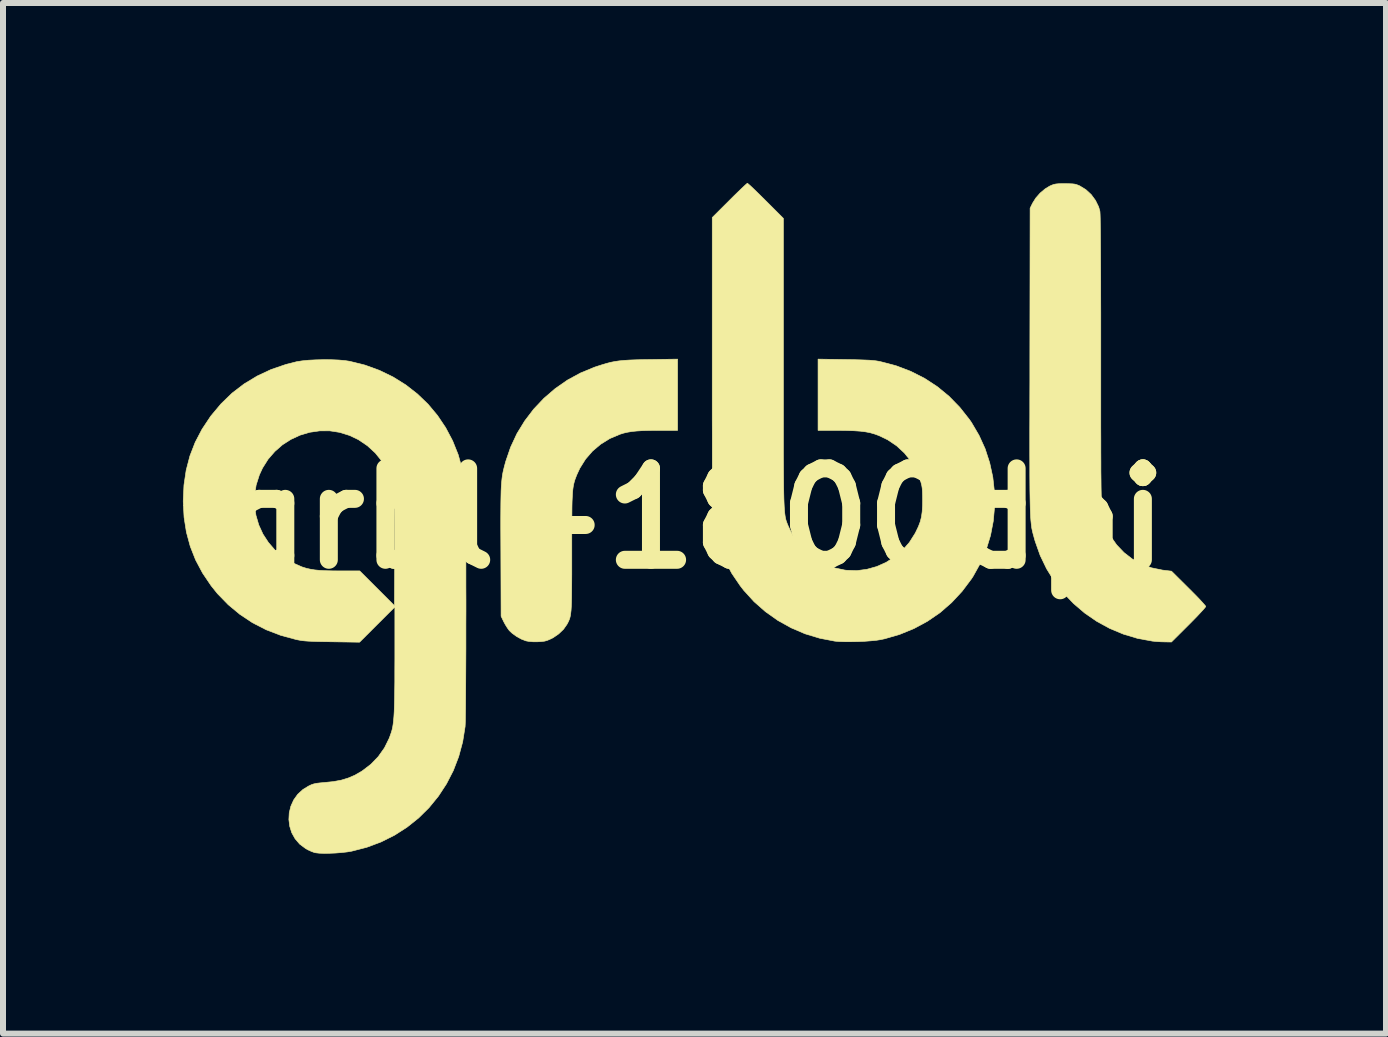
<source format=kicad_pcb>
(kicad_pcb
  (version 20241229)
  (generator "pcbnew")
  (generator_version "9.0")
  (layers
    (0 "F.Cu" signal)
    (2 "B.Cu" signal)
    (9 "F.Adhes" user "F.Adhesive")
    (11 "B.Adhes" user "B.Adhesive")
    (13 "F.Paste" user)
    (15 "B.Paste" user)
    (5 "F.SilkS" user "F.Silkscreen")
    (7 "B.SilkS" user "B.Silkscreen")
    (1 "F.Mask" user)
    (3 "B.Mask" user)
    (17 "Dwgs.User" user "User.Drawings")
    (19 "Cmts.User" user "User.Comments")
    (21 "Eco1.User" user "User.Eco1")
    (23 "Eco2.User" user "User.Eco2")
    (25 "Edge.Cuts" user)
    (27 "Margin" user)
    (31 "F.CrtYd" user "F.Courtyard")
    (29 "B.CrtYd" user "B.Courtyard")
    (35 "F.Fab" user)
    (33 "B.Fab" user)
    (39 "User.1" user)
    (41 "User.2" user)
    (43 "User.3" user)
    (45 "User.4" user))
  (footprint "grbl-1800dpi"
    (layer "F.Cu")
    (at 8.528 5.593)
    (property "Reference" "grbl-1800dpi" (at 0 0 0) (layer "F.SilkS") (effects (font (size 1.524 1.524) (thickness 0.3))))
    (attr through_hole)
    (fp_poly (pts (xy -0.282 -1.468) (xy -0.606 -1.468) (xy -0.746 -1.467) (xy -0.863 -1.464) (xy -0.96 -1.458) (xy -1.042 -1.45) (xy -1.114 -1.438) (xy -1.18 -1.423) (xy -1.244 -1.403) (xy -1.412 -1.332) (xy -1.565 -1.237) (xy -1.701 -1.122) (xy -1.817 -0.988) (xy -1.912 -0.836) (xy -1.963 -0.726) (xy -1.978 -0.687) (xy -1.992 -0.65) (xy -2.003 -0.614) (xy -2.013 -0.576) (xy -2.021 -0.535) (xy -2.028 -0.487) (xy -2.033 -0.43) (xy -2.037 -0.363) (xy -2.041 -0.283) (xy -2.043 -0.188) (xy -2.044 -0.076) (xy -2.045 0.056) (xy -2.046 0.21) (xy -2.046 0.388) (xy -2.046 0.563) (xy -2.046 0.76) (xy -2.046 0.932) (xy -2.047 1.08) (xy -2.048 1.206) (xy -2.049 1.312) (xy -2.051 1.401) (xy -2.054 1.474) (xy -2.058 1.535) (xy -2.064 1.584) (xy -2.07 1.624) (xy -2.078 1.658) (xy -2.088 1.687) (xy -2.099 1.713) (xy -2.112 1.739) (xy -2.127 1.767) (xy -2.185 1.849) (xy -2.265 1.925) (xy -2.358 1.989) (xy -2.396 2.008) (xy -2.449 2.031) (xy -2.496 2.045) (xy -2.549 2.052) (xy -2.618 2.056) (xy -2.692 2.056) (xy -2.76 2.05) (xy -2.81 2.041) (xy -2.887 2.011) (xy -2.968 1.966) (xy -3.041 1.913) (xy -3.087 1.87) (xy -3.119 1.826) (xy -3.154 1.77) (xy -3.18 1.722) (xy -3.224 1.63) (xy -3.228 0.557) (xy -3.229 0.345) (xy -3.23 0.159) (xy -3.23 -0.004) (xy -3.229 -0.145) (xy -3.228 -0.267) (xy -3.226 -0.372) (xy -3.224 -0.462) (xy -3.22 -0.539) (xy -3.215 -0.606) (xy -3.209 -0.665) (xy -3.202 -0.718) (xy -3.193 -0.768) (xy -3.182 -0.816) (xy -3.17 -0.865) (xy -3.156 -0.917) (xy -3.146 -0.953) (xy -3.065 -1.189) (xy -2.96 -1.414) (xy -2.831 -1.625) (xy -2.681 -1.822) (xy -2.511 -2.002) (xy -2.323 -2.164) (xy -2.119 -2.306) (xy -1.9 -2.425) (xy -1.668 -2.521) (xy -1.635 -2.532) (xy -1.548 -2.56) (xy -1.471 -2.583) (xy -1.4 -2.602) (xy -1.329 -2.616) (xy -1.254 -2.627) (xy -1.172 -2.635) (xy -1.077 -2.641) (xy -0.965 -2.645) (xy -0.833 -2.648) (xy -0.744 -2.649) (xy -0.282 -2.656) (xy -0.282 -1.468)) (stroke (width 0.01) (type solid)) (fill yes) (layer "F.SilkS"))
    (fp_poly (pts (xy 6.248 -5.58) (xy 6.302 -5.578) (xy 6.342 -5.573) (xy 6.376 -5.563) (xy 6.412 -5.549) (xy 6.424 -5.543) (xy 6.524 -5.482) (xy 6.613 -5.4) (xy 6.685 -5.302) (xy 6.737 -5.196) (xy 6.758 -5.125) (xy 6.76 -5.105) (xy 6.762 -5.064) (xy 6.764 -5.004) (xy 6.765 -4.922) (xy 6.767 -4.819) (xy 6.768 -4.694) (xy 6.769 -4.545) (xy 6.77 -4.374) (xy 6.771 -4.178) (xy 6.772 -3.957) (xy 6.772 -3.712) (xy 6.773 -3.44) (xy 6.773 -3.141) (xy 6.773 -2.816) (xy 6.773 -2.618) (xy 6.773 -2.304) (xy 6.773 -2.017) (xy 6.773 -1.756) (xy 6.773 -1.519) (xy 6.774 -1.304) (xy 6.774 -1.112) (xy 6.775 -0.94) (xy 6.775 -0.787) (xy 6.777 -0.652) (xy 6.778 -0.534) (xy 6.78 -0.43) (xy 6.782 -0.341) (xy 6.784 -0.264) (xy 6.788 -0.198) (xy 6.791 -0.143) (xy 6.795 -0.096) (xy 6.8 -0.056) (xy 6.805 -0.023) (xy 6.811 0.006) (xy 6.818 0.031) (xy 6.826 0.054) (xy 6.834 0.077) (xy 6.843 0.099) (xy 6.853 0.124) (xy 6.857 0.133) (xy 6.936 0.295) (xy 7.038 0.441) (xy 7.159 0.568) (xy 7.297 0.675) (xy 7.451 0.76) (xy 7.618 0.823) (xy 7.796 0.86) (xy 7.817 0.863) (xy 7.952 0.879) (xy 8.237 1.162) (xy 8.311 1.236) (xy 8.378 1.304) (xy 8.435 1.364) (xy 8.479 1.413) (xy 8.51 1.448) (xy 8.523 1.466) (xy 8.523 1.468) (xy 8.513 1.483) (xy 8.486 1.515) (xy 8.444 1.561) (xy 8.389 1.62) (xy 8.324 1.687) (xy 8.252 1.76) (xy 8.237 1.775) (xy 7.951 2.06) (xy 7.839 2.058) (xy 7.769 2.056) (xy 7.694 2.051) (xy 7.634 2.045) (xy 7.388 2) (xy 7.151 1.929) (xy 6.923 1.834) (xy 6.707 1.716) (xy 6.505 1.577) (xy 6.319 1.418) (xy 6.15 1.241) (xy 5.999 1.048) (xy 5.87 0.839) (xy 5.763 0.617) (xy 5.68 0.383) (xy 5.673 0.36) (xy 5.663 0.324) (xy 5.654 0.29) (xy 5.645 0.259) (xy 5.637 0.227) (xy 5.63 0.196) (xy 5.623 0.162) (xy 5.618 0.124) (xy 5.613 0.082) (xy 5.608 0.034) (xy 5.604 -0.021) (xy 5.601 -0.085) (xy 5.598 -0.159) (xy 5.596 -0.244) (xy 5.594 -0.342) (xy 5.592 -0.453) (xy 5.591 -0.58) (xy 5.59 -0.722) (xy 5.59 -0.883) (xy 5.589 -1.063) (xy 5.589 -1.263) (xy 5.589 -1.485) (xy 5.59 -1.729) (xy 5.59 -1.998) (xy 5.591 -2.293) (xy 5.591 -2.614) (xy 5.591 -2.625) (xy 5.595 -5.172) (xy 5.636 -5.256) (xy 5.69 -5.342) (xy 5.762 -5.424) (xy 5.845 -5.494) (xy 5.92 -5.54) (xy 5.958 -5.557) (xy 5.991 -5.569) (xy 6.026 -5.576) (xy 6.071 -5.58) (xy 6.133 -5.581) (xy 6.174 -5.581) (xy 6.248 -5.58)) (stroke (width 0.01) (type solid)) (fill yes) (layer "F.SilkS"))
    (fp_poly (pts (xy 0.895 -5.578) (xy 0.926 -5.551) (xy 0.971 -5.509) (xy 1.028 -5.454) (xy 1.094 -5.389) (xy 1.168 -5.316) (xy 1.189 -5.295) (xy 1.482 -5.002) (xy 1.482 -2.594) (xy 1.482 -2.282) (xy 1.482 -1.996) (xy 1.482 -1.736) (xy 1.482 -1.501) (xy 1.482 -1.288) (xy 1.482 -1.097) (xy 1.483 -0.927) (xy 1.484 -0.775) (xy 1.485 -0.641) (xy 1.486 -0.524) (xy 1.488 -0.422) (xy 1.49 -0.333) (xy 1.493 -0.257) (xy 1.496 -0.193) (xy 1.5 -0.138) (xy 1.504 -0.092) (xy 1.509 -0.053) (xy 1.514 -0.02) (xy 1.52 0.009) (xy 1.527 0.034) (xy 1.535 0.057) (xy 1.543 0.079) (xy 1.552 0.102) (xy 1.563 0.127) (xy 1.565 0.133) (xy 1.645 0.296) (xy 1.746 0.441) (xy 1.867 0.568) (xy 2.005 0.675) (xy 2.16 0.76) (xy 2.327 0.823) (xy 2.507 0.861) (xy 2.535 0.864) (xy 2.706 0.87) (xy 2.874 0.848) (xy 3.038 0.802) (xy 3.193 0.733) (xy 3.337 0.641) (xy 3.468 0.53) (xy 3.582 0.4) (xy 3.676 0.252) (xy 3.69 0.225) (xy 3.733 0.135) (xy 3.764 0.053) (xy 3.784 -0.027) (xy 3.796 -0.115) (xy 3.802 -0.218) (xy 3.803 -0.296) (xy 3.802 -0.385) (xy 3.8 -0.452) (xy 3.796 -0.505) (xy 3.789 -0.549) (xy 3.778 -0.592) (xy 3.77 -0.62) (xy 3.702 -0.793) (xy 3.611 -0.951) (xy 3.499 -1.091) (xy 3.368 -1.212) (xy 3.219 -1.312) (xy 3.073 -1.382) (xy 3.001 -1.408) (xy 2.929 -1.429) (xy 2.851 -1.444) (xy 2.763 -1.455) (xy 2.66 -1.462) (xy 2.539 -1.466) (xy 2.393 -1.468) (xy 2.06 -1.468) (xy 2.06 -2.656) (xy 2.515 -2.649) (xy 2.648 -2.647) (xy 2.756 -2.644) (xy 2.844 -2.641) (xy 2.915 -2.638) (xy 2.973 -2.633) (xy 3.022 -2.628) (xy 3.066 -2.621) (xy 3.104 -2.613) (xy 3.362 -2.545) (xy 3.606 -2.452) (xy 3.835 -2.336) (xy 4.048 -2.197) (xy 4.244 -2.036) (xy 4.423 -1.852) (xy 4.584 -1.648) (xy 4.618 -1.599) (xy 4.743 -1.386) (xy 4.845 -1.162) (xy 4.921 -0.928) (xy 4.973 -0.689) (xy 5 -0.445) (xy 5.003 -0.2) (xy 4.981 0.044) (xy 4.935 0.284) (xy 4.863 0.519) (xy 4.767 0.745) (xy 4.647 0.961) (xy 4.618 1.006) (xy 4.461 1.215) (xy 4.286 1.403) (xy 4.094 1.57) (xy 3.884 1.714) (xy 3.66 1.835) (xy 3.421 1.933) (xy 3.17 2.006) (xy 3.104 2.02) (xy 3.034 2.031) (xy 2.943 2.04) (xy 2.837 2.048) (xy 2.725 2.053) (xy 2.612 2.055) (xy 2.506 2.055) (xy 2.414 2.052) (xy 2.343 2.046) (xy 2.342 2.046) (xy 2.088 1.997) (xy 1.843 1.923) (xy 1.61 1.823) (xy 1.389 1.7) (xy 1.183 1.554) (xy 0.993 1.387) (xy 0.821 1.198) (xy 0.762 1.122) (xy 0.622 0.916) (xy 0.509 0.704) (xy 0.42 0.482) (xy 0.353 0.245) (xy 0.324 0.101) (xy 0.321 0.08) (xy 0.317 0.059) (xy 0.315 0.036) (xy 0.312 0.01) (xy 0.31 -0.02) (xy 0.307 -0.057) (xy 0.306 -0.1) (xy 0.304 -0.151) (xy 0.303 -0.212) (xy 0.301 -0.284) (xy 0.3 -0.368) (xy 0.299 -0.466) (xy 0.299 -0.579) (xy 0.298 -0.708) (xy 0.297 -0.854) (xy 0.297 -1.019) (xy 0.297 -1.204) (xy 0.297 -1.411) (xy 0.296 -1.641) (xy 0.296 -1.894) (xy 0.296 -2.173) (xy 0.296 -2.478) (xy 0.296 -5.017) (xy 0.582 -5.302) (xy 0.656 -5.376) (xy 0.724 -5.442) (xy 0.783 -5.499) (xy 0.831 -5.544) (xy 0.864 -5.574) (xy 0.881 -5.588) (xy 0.882 -5.588) (xy 0.895 -5.578)) (stroke (width 0.01) (type solid)) (fill yes) (layer "F.SilkS"))
    (fp_poly (pts (xy -6.051 -2.646) (xy -5.929 -2.641) (xy -5.822 -2.631) (xy -5.75 -2.62) (xy -5.495 -2.557) (xy -5.253 -2.469) (xy -5.026 -2.359) (xy -4.814 -2.227) (xy -4.619 -2.075) (xy -4.442 -1.905) (xy -4.285 -1.717) (xy -4.148 -1.513) (xy -4.032 -1.294) (xy -3.939 -1.062) (xy -3.871 -0.817) (xy -3.827 -0.561) (xy -3.824 -0.534) (xy -3.822 -0.501) (xy -3.821 -0.441) (xy -3.819 -0.358) (xy -3.817 -0.252) (xy -3.816 -0.127) (xy -3.815 0.016) (xy -3.814 0.175) (xy -3.813 0.348) (xy -3.812 0.532) (xy -3.811 0.726) (xy -3.811 0.927) (xy -3.811 1.134) (xy -3.81 1.344) (xy -3.81 1.555) (xy -3.811 1.765) (xy -3.811 1.972) (xy -3.811 2.175) (xy -3.812 2.37) (xy -3.813 2.556) (xy -3.814 2.731) (xy -3.815 2.892) (xy -3.816 3.038) (xy -3.817 3.167) (xy -3.819 3.276) (xy -3.82 3.364) (xy -3.822 3.427) (xy -3.824 3.465) (xy -3.824 3.469) (xy -3.865 3.725) (xy -3.931 3.97) (xy -4.021 4.204) (xy -4.135 4.425) (xy -4.27 4.631) (xy -4.425 4.821) (xy -4.599 4.993) (xy -4.792 5.147) (xy -5.001 5.281) (xy -5.225 5.393) (xy -5.463 5.482) (xy -5.715 5.547) (xy -5.715 5.547) (xy -5.793 5.56) (xy -5.885 5.57) (xy -5.982 5.578) (xy -6.081 5.582) (xy -6.173 5.583) (xy -6.253 5.581) (xy -6.315 5.574) (xy -6.338 5.569) (xy -6.387 5.551) (xy -6.444 5.525) (xy -6.484 5.502) (xy -6.582 5.429) (xy -6.658 5.34) (xy -6.714 5.24) (xy -6.748 5.132) (xy -6.762 5.02) (xy -6.756 4.907) (xy -6.729 4.797) (xy -6.682 4.693) (xy -6.615 4.599) (xy -6.528 4.519) (xy -6.433 4.461) (xy -6.389 4.44) (xy -6.348 4.426) (xy -6.303 4.416) (xy -6.245 4.409) (xy -6.169 4.402) (xy -6.019 4.387) (xy -5.889 4.363) (xy -5.774 4.328) (xy -5.666 4.282) (xy -5.559 4.221) (xy -5.541 4.21) (xy -5.397 4.1) (xy -5.272 3.971) (xy -5.168 3.824) (xy -5.088 3.662) (xy -5.054 3.566) (xy -5.042 3.525) (xy -5.032 3.481) (xy -5.024 3.43) (xy -5.017 3.372) (xy -5.011 3.302) (xy -5.006 3.22) (xy -5.003 3.124) (xy -5 3.01) (xy -4.998 2.877) (xy -4.996 2.723) (xy -4.996 2.544) (xy -4.995 2.341) (xy -4.995 2.321) (xy -4.995 1.475) (xy -5.29 1.769) (xy -5.584 2.063) (xy -6.041 2.056) (xy -6.172 2.054) (xy -6.278 2.052) (xy -6.364 2.049) (xy -6.434 2.046) (xy -6.49 2.042) (xy -6.539 2.037) (xy -6.582 2.03) (xy -6.624 2.022) (xy -6.639 2.019) (xy -6.897 1.949) (xy -7.14 1.856) (xy -7.368 1.739) (xy -7.579 1.599) (xy -7.774 1.437) (xy -7.952 1.254) (xy -8.058 1.122) (xy -8.201 0.91) (xy -8.317 0.692) (xy -8.406 0.466) (xy -8.47 0.23) (xy -8.509 -0.017) (xy -8.52 -0.217) (xy -7.335 -0.217) (xy -7.311 -0.051) (xy -7.264 0.109) (xy -7.195 0.26) (xy -7.104 0.4) (xy -6.994 0.527) (xy -6.864 0.639) (xy -6.717 0.732) (xy -6.554 0.804) (xy -6.535 0.811) (xy -6.471 0.831) (xy -6.405 0.846) (xy -6.332 0.858) (xy -6.249 0.866) (xy -6.151 0.871) (xy -6.034 0.874) (xy -5.901 0.875) (xy -5.581 0.875) (xy -5.002 1.454) (xy -4.998 0.625) (xy -4.998 0.447) (xy -4.998 0.279) (xy -4.998 0.125) (xy -4.999 -0.014) (xy -5.001 -0.135) (xy -5.003 -0.236) (xy -5.006 -0.314) (xy -5.009 -0.366) (xy -5.009 -0.369) (xy -5.018 -0.446) (xy -5.03 -0.525) (xy -5.044 -0.593) (xy -5.053 -0.63) (xy -5.12 -0.798) (xy -5.21 -0.953) (xy -5.322 -1.092) (xy -5.453 -1.212) (xy -5.602 -1.313) (xy -5.749 -1.383) (xy -5.915 -1.435) (xy -6.083 -1.461) (xy -6.252 -1.46) (xy -6.417 -1.436) (xy -6.577 -1.388) (xy -6.728 -1.318) (xy -6.869 -1.228) (xy -6.996 -1.117) (xy -7.108 -0.988) (xy -7.201 -0.841) (xy -7.254 -0.726) (xy -7.308 -0.557) (xy -7.334 -0.386) (xy -7.335 -0.217) (xy -8.52 -0.217) (xy -8.523 -0.277) (xy -8.523 -0.296) (xy -8.511 -0.557) (xy -8.474 -0.805) (xy -8.412 -1.042) (xy -8.324 -1.269) (xy -8.21 -1.487) (xy -8.069 -1.699) (xy -8.058 -1.714) (xy -7.892 -1.912) (xy -7.709 -2.089) (xy -7.508 -2.243) (xy -7.291 -2.374) (xy -7.058 -2.483) (xy -6.81 -2.568) (xy -6.632 -2.613) (xy -6.543 -2.627) (xy -6.433 -2.638) (xy -6.31 -2.644) (xy -6.18 -2.647) (xy -6.051 -2.646)) (stroke (width 0.01) (type solid)) (fill yes) (layer "F.SilkS")))
  (gr_rect
    (start -3 -3)
    (end 20.056 14.181)
    (stroke (width 0.1) (type default))
    (fill no)
    (layer "Edge.Cuts")))
</source>
